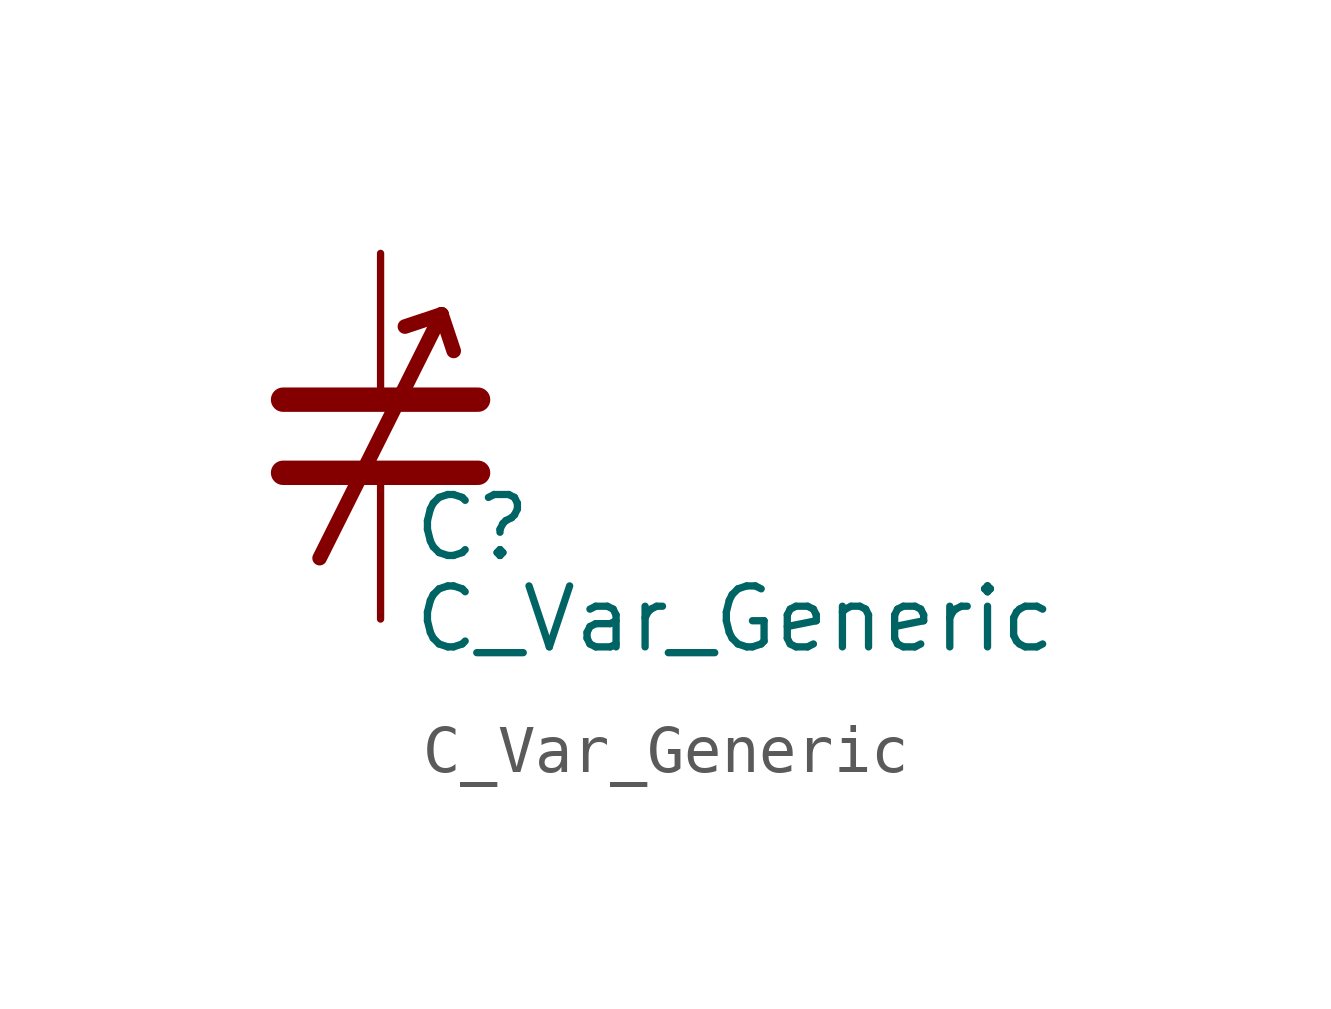
<source format=kicad_sym>
(kicad_symbol_lib
  (version 20211014)
  (generator kicad_symbol_editor)
  (symbol "C_Var_Generic"
    (pin_numbers hide)
    (pin_names
      (offset 0.254) hide)
    (property "Reference" "C"
      (at 0.635 -1.905 0)
      (effects (font (size 1.27 1.27)) (justify left)))
    (property "Value" "C_Var_Generic"
      (at 0.635 -3.81 0)
      (effects (font (size 1.27 1.27)) (justify left)))
    (symbol "C_Var_Generic_0_1"
      (polyline (pts (xy -2.032 -0.762) (xy 2.032 -0.762)) (stroke (width 0.508) (type default) (color 0 0 0 0)) (fill (type none)))
      (polyline (pts (xy -2.032 0.762) (xy 2.032 0.762)) (stroke (width 0.508) (type default) (color 0 0 0 0)) (fill (type none)))
      (polyline (pts (xy 1.27 2.54) (xy -1.27 -2.54)) (stroke (width 0.305) (type default) (color 0 0 0 0)) (fill (type none)))
      (polyline (pts (xy 1.27 2.54) (xy 0.508 2.286)) (stroke (width 0.305) (type default) (color 0 0 0 0)) (fill (type none)))
      (polyline (pts (xy 1.27 2.54) (xy 1.524 1.778)) (stroke (width 0.305) (type default) (color 0 0 0 0)) (fill (type none))))
    (symbol "C_Var_Generic_1_1"
      (pin passive line (at 0 3.81 270) (length 3.048) (name "~" (effects (font (size 1.27 1.27)))) (number "1" (effects (font (size 1.27 1.27)))))
      (pin passive line (at 0 -3.81 90) (length 3.048) (name "~" (effects (font (size 1.27 1.27)))) (number "2" (effects (font (size 1.27 1.27))))))))
</source>
